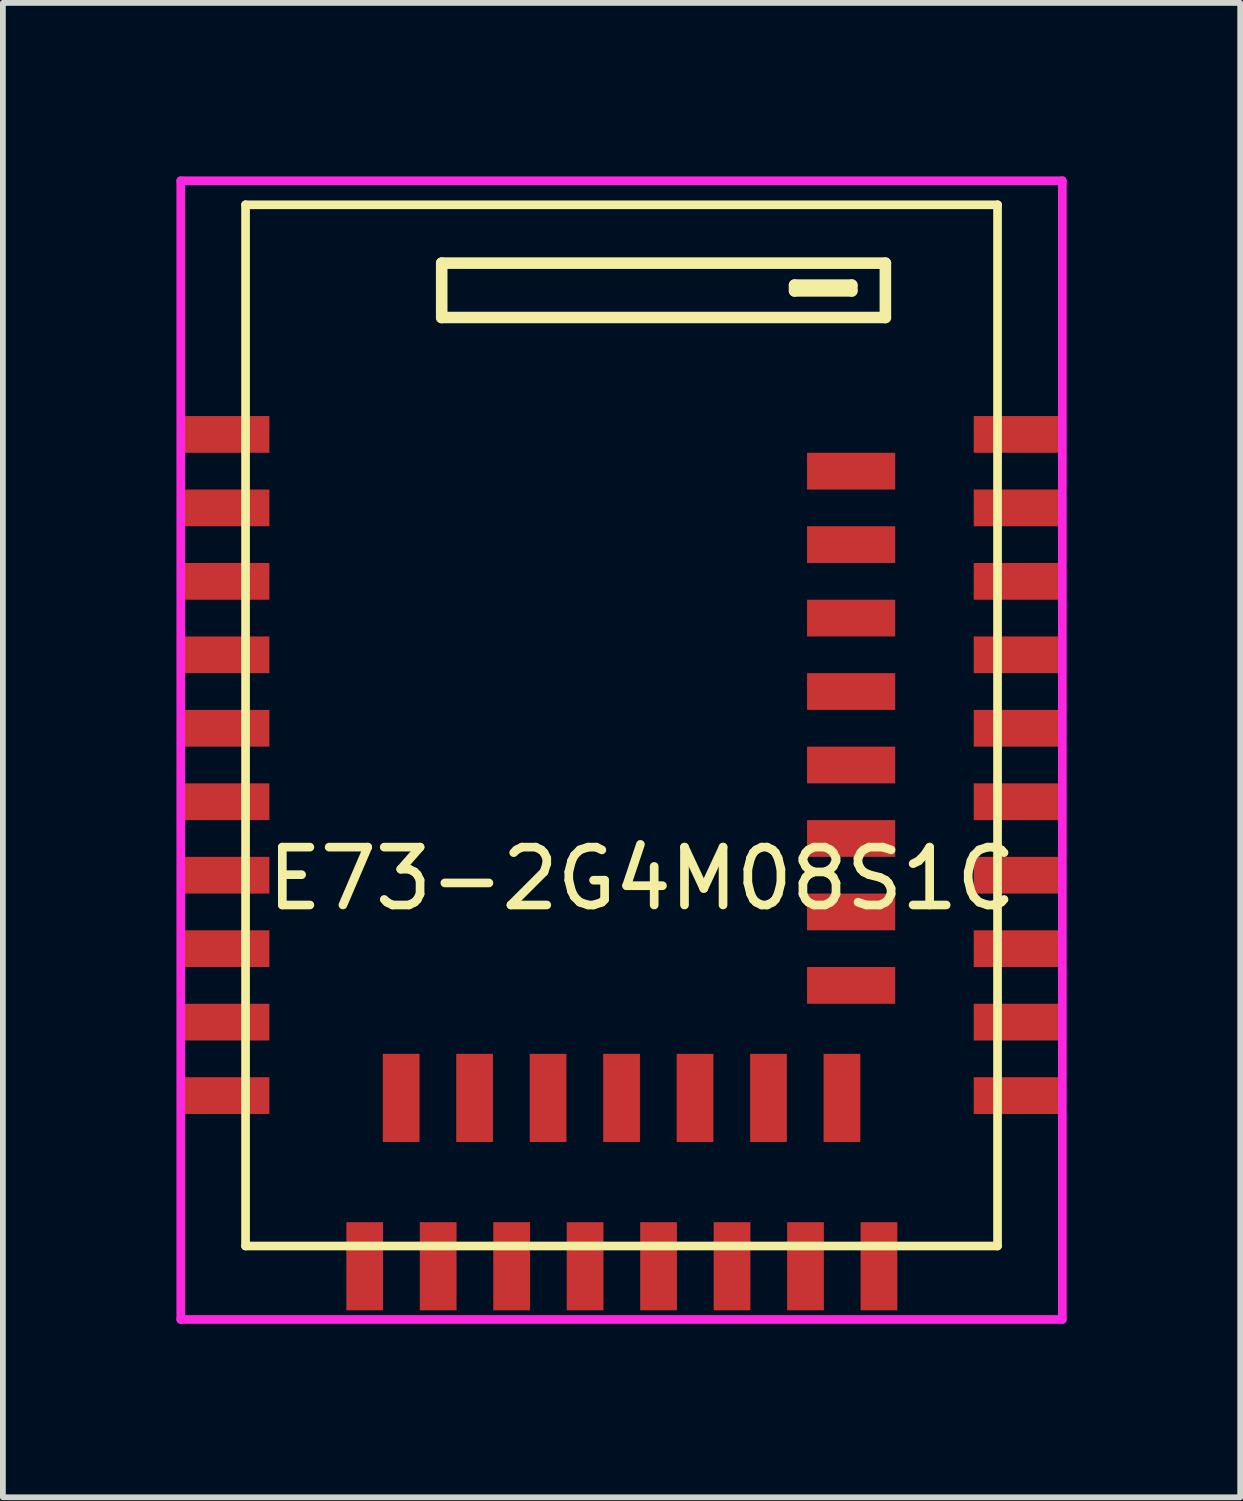
<source format=kicad_pcb>
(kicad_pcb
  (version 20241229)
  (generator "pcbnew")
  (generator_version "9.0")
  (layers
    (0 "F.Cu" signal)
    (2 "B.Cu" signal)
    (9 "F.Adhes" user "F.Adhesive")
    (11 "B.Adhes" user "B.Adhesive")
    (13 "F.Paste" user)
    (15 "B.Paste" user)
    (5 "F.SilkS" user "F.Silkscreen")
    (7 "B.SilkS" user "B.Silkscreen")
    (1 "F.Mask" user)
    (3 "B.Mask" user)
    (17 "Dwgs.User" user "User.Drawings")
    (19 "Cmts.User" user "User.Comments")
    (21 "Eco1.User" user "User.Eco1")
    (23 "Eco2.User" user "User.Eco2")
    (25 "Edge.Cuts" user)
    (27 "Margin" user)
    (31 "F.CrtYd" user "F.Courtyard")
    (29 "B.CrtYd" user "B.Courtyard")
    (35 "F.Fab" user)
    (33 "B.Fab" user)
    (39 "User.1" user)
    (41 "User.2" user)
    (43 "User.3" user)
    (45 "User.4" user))
  (footprint "E73-2G4M08S1C"
    (layer "F.Cu")
    (at 7.695 9.6)
    (property "Reference" "E73-2G4M08S1C" (at 0.35 2.54 0) (layer "F.SilkS") (effects (font (size 1 1) (thickness 0.15))))
    (attr through_hole)
    (fp_line (start -6.5 -9.11) (end 6.5 -9.11) (stroke (width 0.15) (type solid)) (layer "F.SilkS"))
    (fp_line (start -6.5 8.89) (end -6.5 -9.11) (stroke (width 0.15) (type solid)) (layer "F.SilkS"))
    (fp_line (start -3.109 -8.101) (end 4.561 -8.101) (stroke (width 0.2) (type solid)) (layer "F.SilkS"))
    (fp_line (start -3.109 -7.161) (end -3.109 -8.101) (stroke (width 0.2) (type solid)) (layer "F.SilkS"))
    (fp_line (start 2.991 -7.721) (end 3.981 -7.721) (stroke (width 0.2) (type solid)) (layer "F.SilkS"))
    (fp_line (start 2.991 -7.621) (end 2.991 -7.721) (stroke (width 0.2) (type solid)) (layer "F.SilkS"))
    (fp_line (start 3.981 -7.721) (end 3.981 -7.621) (stroke (width 0.2) (type solid)) (layer "F.SilkS"))
    (fp_line (start 3.981 -7.621) (end 2.991 -7.621) (stroke (width 0.2) (type solid)) (layer "F.SilkS"))
    (fp_line (start 4.561 -8.101) (end 4.561 -7.161) (stroke (width 0.2) (type solid)) (layer "F.SilkS"))
    (fp_line (start 4.561 -7.161) (end -3.109 -7.161) (stroke (width 0.2) (type solid)) (layer "F.SilkS"))
    (fp_line (start 6.5 -9.11) (end 6.5 8.89) (stroke (width 0.15) (type solid)) (layer "F.SilkS"))
    (fp_line (start 6.5 8.89) (end -6.5 8.89) (stroke (width 0.15) (type solid)) (layer "F.SilkS"))
    (fp_line (start -7.62 -9.525) (end -7.62 10.16) (stroke (width 0.15) (type solid)) (layer "F.CrtYd"))
    (fp_line (start -7.62 10.16) (end 7.62 10.16) (stroke (width 0.15) (type solid)) (layer "F.CrtYd"))
    (fp_line (start 7.62 -9.525) (end -7.62 -9.525) (stroke (width 0.15) (type solid)) (layer "F.CrtYd"))
    (fp_line (start 7.62 10.16) (end 7.62 -9.525) (stroke (width 0.15) (type solid)) (layer "F.CrtYd"))
    (pad "1" smd rect (at -6.85 -5.14) (size 1.524 0.635) (layers "F.Cu" "F.Mask" "F.Paste"))
    (pad "2" smd rect (at -6.85 -3.87) (size 1.524 0.635) (layers "F.Cu" "F.Mask" "F.Paste"))
    (pad "3" smd rect (at -6.85 -2.6) (size 1.524 0.635) (layers "F.Cu" "F.Mask" "F.Paste"))
    (pad "4" smd rect (at -6.85 -1.33) (size 1.524 0.635) (layers "F.Cu" "F.Mask" "F.Paste"))
    (pad "5" smd rect (at -6.85 -0.06) (size 1.524 0.635) (layers "F.Cu" "F.Mask" "F.Paste"))
    (pad "6" smd rect (at -6.85 1.21) (size 1.524 0.635) (layers "F.Cu" "F.Mask" "F.Paste"))
    (pad "7" smd rect (at -6.85 2.48) (size 1.524 0.635) (layers "F.Cu" "F.Mask" "F.Paste"))
    (pad "8" smd rect (at -6.85 3.75) (size 1.524 0.635) (layers "F.Cu" "F.Mask" "F.Paste"))
    (pad "9" smd rect (at -6.85 5.02) (size 1.524 0.635) (layers "F.Cu" "F.Mask" "F.Paste"))
    (pad "10" smd rect (at -6.85 6.29) (size 1.524 0.635) (layers "F.Cu" "F.Mask" "F.Paste"))
    (pad "11" smd rect (at -4.44 9.24 90) (size 1.524 0.635) (layers "F.Cu" "F.Mask" "F.Paste"))
    (pad "12" smd rect (at -3.81 6.33 90) (size 1.524 0.635) (layers "F.Cu" "F.Mask" "F.Paste"))
    (pad "13" smd rect (at -3.17 9.24 90) (size 1.524 0.635) (layers "F.Cu" "F.Mask" "F.Paste"))
    (pad "14" smd rect (at -2.54 6.33 90) (size 1.524 0.635) (layers "F.Cu" "F.Mask" "F.Paste"))
    (pad "15" smd rect (at -1.9 9.24 90) (size 1.524 0.635) (layers "F.Cu" "F.Mask" "F.Paste"))
    (pad "16" smd rect (at -1.27 6.33 90) (size 1.524 0.635) (layers "F.Cu" "F.Mask" "F.Paste"))
    (pad "17" smd rect (at -0.63 9.24 90) (size 1.524 0.635) (layers "F.Cu" "F.Mask" "F.Paste"))
    (pad "18" smd rect (at 0 6.33 90) (size 1.524 0.635) (layers "F.Cu" "F.Mask" "F.Paste"))
    (pad "19" smd rect (at 0.64 9.24 90) (size 1.524 0.635) (layers "F.Cu" "F.Mask" "F.Paste"))
    (pad "20" smd rect (at 1.27 6.33 90) (size 1.524 0.635) (layers "F.Cu" "F.Mask" "F.Paste"))
    (pad "21" smd rect (at 1.91 9.24 90) (size 1.524 0.635) (layers "F.Cu" "F.Mask" "F.Paste"))
    (pad "22" smd rect (at 2.54 6.33 90) (size 1.524 0.635) (layers "F.Cu" "F.Mask" "F.Paste"))
    (pad "23" smd rect (at 3.18 9.24 90) (size 1.524 0.635) (layers "F.Cu" "F.Mask" "F.Paste"))
    (pad "24" smd rect (at 3.81 6.33 90) (size 1.524 0.635) (layers "F.Cu" "F.Mask" "F.Paste"))
    (pad "25" smd rect (at 4.45 9.24 90) (size 1.524 0.635) (layers "F.Cu" "F.Mask" "F.Paste"))
    (pad "26" smd rect (at 6.85 6.29) (size 1.524 0.635) (layers "F.Cu" "F.Mask" "F.Paste"))
    (pad "27" smd rect (at 6.85 5.02) (size 1.524 0.635) (layers "F.Cu" "F.Mask" "F.Paste"))
    (pad "28" smd rect (at 3.969 4.385 180) (size 1.524 0.635) (layers "F.Cu" "F.Mask" "F.Paste"))
    (pad "29" smd rect (at 6.85 3.75) (size 1.524 0.635) (layers "F.Cu" "F.Mask" "F.Paste"))
    (pad "30" smd rect (at 3.969 3.115 180) (size 1.524 0.635) (layers "F.Cu" "F.Mask" "F.Paste"))
    (pad "31" smd rect (at 6.85 2.48) (size 1.524 0.635) (layers "F.Cu" "F.Mask" "F.Paste"))
    (pad "32" smd rect (at 3.969 1.845 180) (size 1.524 0.635) (layers "F.Cu" "F.Mask" "F.Paste"))
    (pad "33" smd rect (at 6.85 1.21) (size 1.524 0.635) (layers "F.Cu" "F.Mask" "F.Paste"))
    (pad "34" smd rect (at 3.969 0.575 180) (size 1.524 0.635) (layers "F.Cu" "F.Mask" "F.Paste"))
    (pad "35" smd rect (at 6.85 -0.06) (size 1.524 0.635) (layers "F.Cu" "F.Mask" "F.Paste"))
    (pad "36" smd rect (at 3.969 -0.695 180) (size 1.524 0.635) (layers "F.Cu" "F.Mask" "F.Paste"))
    (pad "37" smd rect (at 6.85 -1.33) (size 1.524 0.635) (layers "F.Cu" "F.Mask" "F.Paste"))
    (pad "38" smd rect (at 3.969 -1.965 180) (size 1.524 0.635) (layers "F.Cu" "F.Mask" "F.Paste"))
    (pad "39" smd rect (at 6.85 -2.6) (size 1.524 0.635) (layers "F.Cu" "F.Mask" "F.Paste"))
    (pad "40" smd rect (at 3.969 -3.235 180) (size 1.524 0.635) (layers "F.Cu" "F.Mask" "F.Paste"))
    (pad "41" smd rect (at 6.85 -3.87) (size 1.524 0.635) (layers "F.Cu" "F.Mask" "F.Paste"))
    (pad "42" smd rect (at 3.969 -4.505 180) (size 1.524 0.635) (layers "F.Cu" "F.Mask" "F.Paste"))
    (pad "43" smd rect (at 6.85 -5.14) (size 1.524 0.635) (layers "F.Cu" "F.Mask" "F.Paste")))
  (gr_rect
    (start -3 -3)
    (end 18.39 22.835)
    (stroke (width 0.1) (type default))
    (fill no)
    (layer "Edge.Cuts")))
</source>
